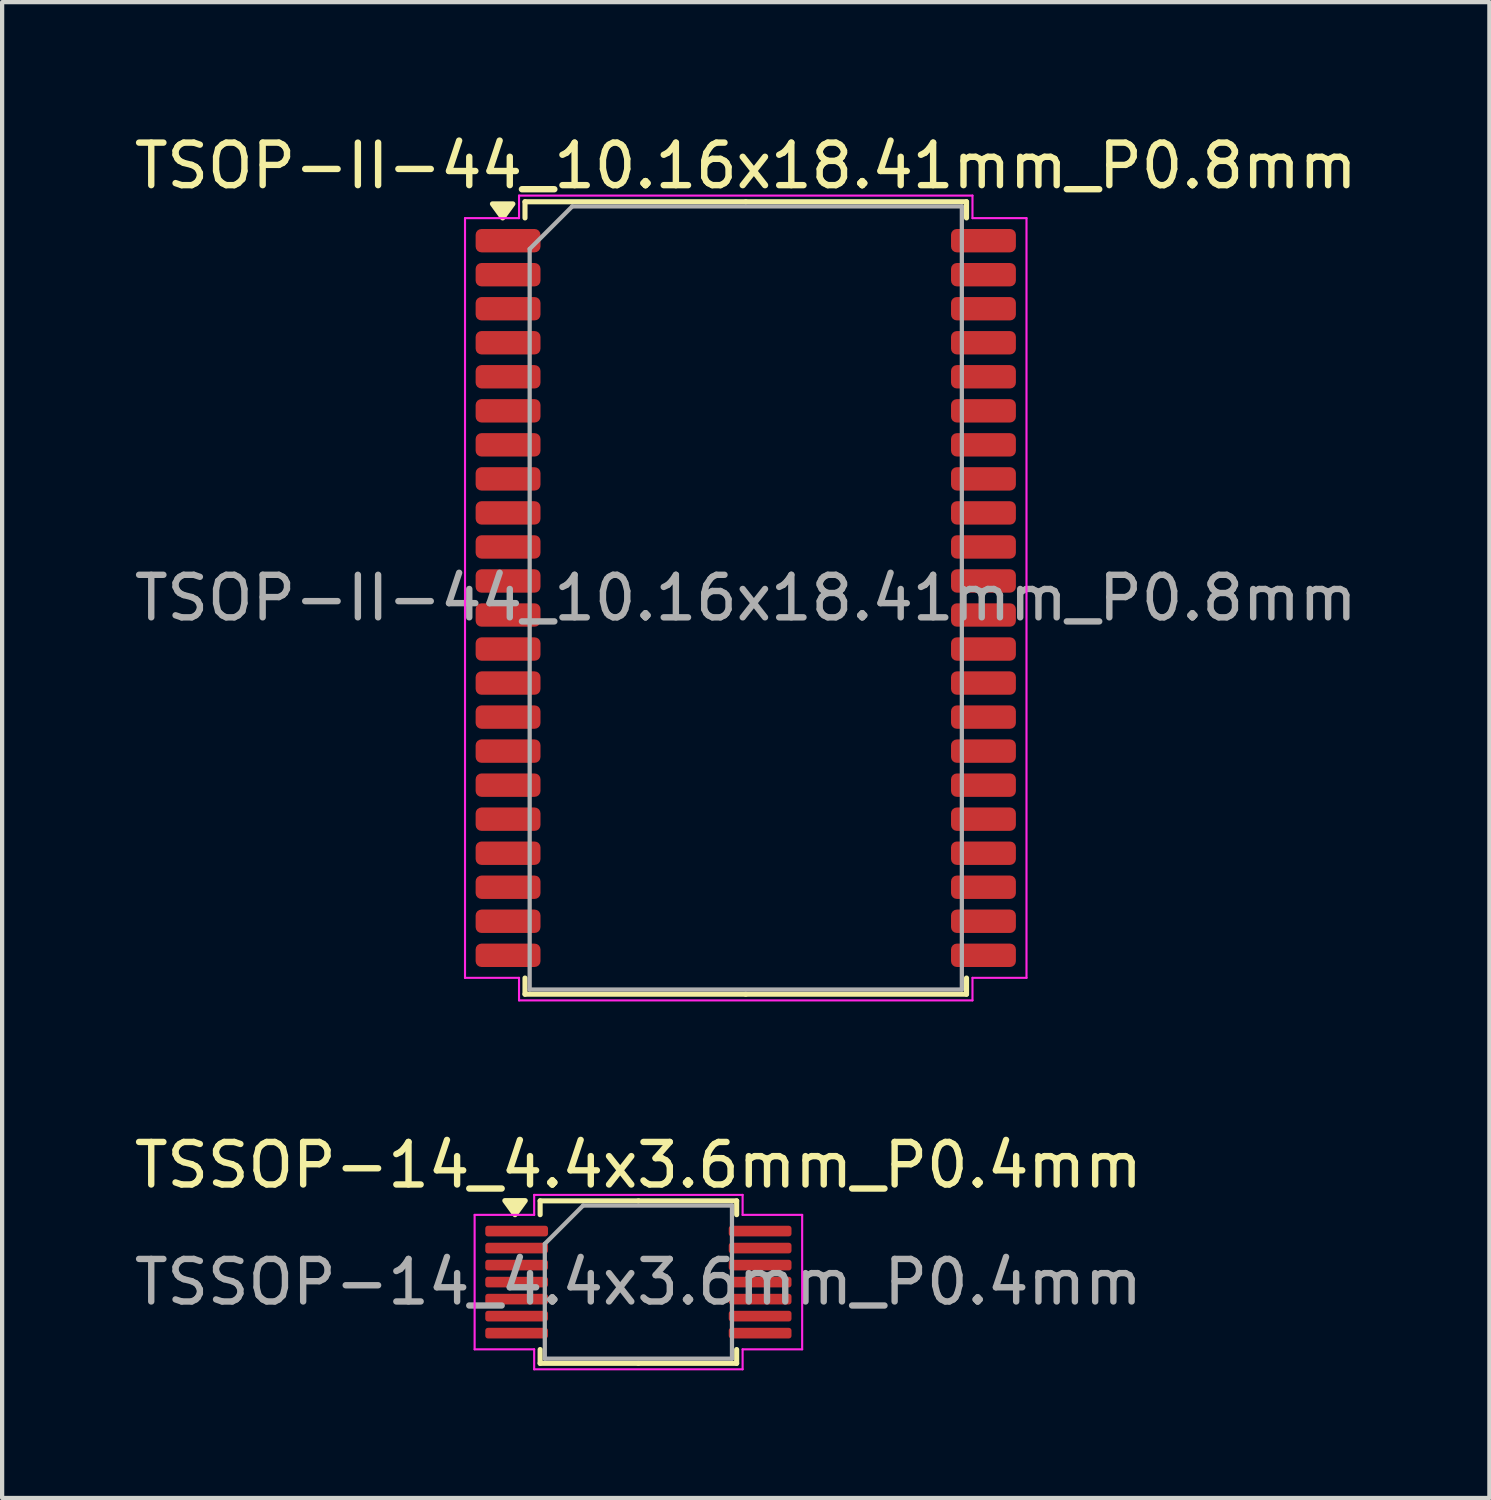
<source format=kicad_pcb>
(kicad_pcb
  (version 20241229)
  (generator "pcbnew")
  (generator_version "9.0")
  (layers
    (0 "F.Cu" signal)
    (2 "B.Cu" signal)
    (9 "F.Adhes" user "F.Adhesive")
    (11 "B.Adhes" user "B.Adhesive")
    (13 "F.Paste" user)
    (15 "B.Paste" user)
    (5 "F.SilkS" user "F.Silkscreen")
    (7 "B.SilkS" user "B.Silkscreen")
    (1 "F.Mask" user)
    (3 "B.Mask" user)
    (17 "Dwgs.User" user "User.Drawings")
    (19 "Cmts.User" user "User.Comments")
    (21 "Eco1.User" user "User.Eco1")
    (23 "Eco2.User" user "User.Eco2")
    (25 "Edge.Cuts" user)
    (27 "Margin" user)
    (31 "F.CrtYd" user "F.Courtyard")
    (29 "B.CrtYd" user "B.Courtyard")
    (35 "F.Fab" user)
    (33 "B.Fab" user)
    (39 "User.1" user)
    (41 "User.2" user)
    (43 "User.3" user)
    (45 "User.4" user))
  (footprint "TSSOP-14_4.4x3.6mm_P0.4mm"
    (layer "F.Cu")
    (at 11.958 27.091)
    (property "Reference" "TSSOP-14_4.4x3.6mm_P0.4mm" (at 0 -2.75 0) (layer "F.SilkS") (effects (font (size 1 1) (thickness 0.15))))
    (attr smd)
    (fp_line (start -2.31 -1.91) (end -2.31 -1.585) (stroke (width 0.12) (type solid)) (layer "F.SilkS"))
    (fp_line (start -2.31 1.91) (end -2.31 1.585) (stroke (width 0.12) (type solid)) (layer "F.SilkS"))
    (fp_line (start 0 -1.91) (end -2.31 -1.91) (stroke (width 0.12) (type solid)) (layer "F.SilkS"))
    (fp_line (start 0 -1.91) (end 2.31 -1.91) (stroke (width 0.12) (type solid)) (layer "F.SilkS"))
    (fp_line (start 0 1.91) (end -2.31 1.91) (stroke (width 0.12) (type solid)) (layer "F.SilkS"))
    (fp_line (start 0 1.91) (end 2.31 1.91) (stroke (width 0.12) (type solid)) (layer "F.SilkS"))
    (fp_line (start 2.31 -1.91) (end 2.31 -1.585) (stroke (width 0.12) (type solid)) (layer "F.SilkS"))
    (fp_line (start 2.31 1.91) (end 2.31 1.585) (stroke (width 0.12) (type solid)) (layer "F.SilkS"))
    (fp_poly (pts (xy -2.9 -1.585) (xy -3.14 -1.915) (xy -2.66 -1.915)) (stroke (width 0.12) (type solid)) (fill yes) (layer "F.SilkS"))
    (fp_line (start -3.85 -1.58) (end -2.45 -1.58) (stroke (width 0.05) (type solid)) (layer "F.CrtYd"))
    (fp_line (start -3.85 1.58) (end -3.85 -1.58) (stroke (width 0.05) (type solid)) (layer "F.CrtYd"))
    (fp_line (start -2.45 -2.05) (end 2.45 -2.05) (stroke (width 0.05) (type solid)) (layer "F.CrtYd"))
    (fp_line (start -2.45 -1.58) (end -2.45 -2.05) (stroke (width 0.05) (type solid)) (layer "F.CrtYd"))
    (fp_line (start -2.45 1.58) (end -3.85 1.58) (stroke (width 0.05) (type solid)) (layer "F.CrtYd"))
    (fp_line (start -2.45 2.05) (end -2.45 1.58) (stroke (width 0.05) (type solid)) (layer "F.CrtYd"))
    (fp_line (start 2.45 -2.05) (end 2.45 -1.58) (stroke (width 0.05) (type solid)) (layer "F.CrtYd"))
    (fp_line (start 2.45 -1.58) (end 3.85 -1.58) (stroke (width 0.05) (type solid)) (layer "F.CrtYd"))
    (fp_line (start 2.45 1.58) (end 2.45 2.05) (stroke (width 0.05) (type solid)) (layer "F.CrtYd"))
    (fp_line (start 2.45 2.05) (end -2.45 2.05) (stroke (width 0.05) (type solid)) (layer "F.CrtYd"))
    (fp_line (start 3.85 -1.58) (end 3.85 1.58) (stroke (width 0.05) (type solid)) (layer "F.CrtYd"))
    (fp_line (start 3.85 1.58) (end 2.45 1.58) (stroke (width 0.05) (type solid)) (layer "F.CrtYd"))
    (fp_line (start -2.2 -0.9) (end -1.3 -1.8) (stroke (width 0.1) (type solid)) (layer "F.Fab"))
    (fp_line (start -2.2 1.8) (end -2.2 -0.9) (stroke (width 0.1) (type solid)) (layer "F.Fab"))
    (fp_line (start -1.3 -1.8) (end 2.2 -1.8) (stroke (width 0.1) (type solid)) (layer "F.Fab"))
    (fp_line (start 2.2 -1.8) (end 2.2 1.8) (stroke (width 0.1) (type solid)) (layer "F.Fab"))
    (fp_line (start 2.2 1.8) (end -2.2 1.8) (stroke (width 0.1) (type solid)) (layer "F.Fab"))
    (fp_text user "${REFERENCE}" (at 0 0 0) (layer "F.Fab") (effects (font (size 1 1) (thickness 0.15))))
    (pad "1" smd roundrect (at -2.862 -1.2) (size 1.475 0.25) (layers "F.Cu" "F.Mask" "F.Paste") (roundrect_rratio 0.25))
    (pad "2" smd roundrect (at -2.862 -0.8) (size 1.475 0.25) (layers "F.Cu" "F.Mask" "F.Paste") (roundrect_rratio 0.25))
    (pad "3" smd roundrect (at -2.862 -0.4) (size 1.475 0.25) (layers "F.Cu" "F.Mask" "F.Paste") (roundrect_rratio 0.25))
    (pad "4" smd roundrect (at -2.862 0) (size 1.475 0.25) (layers "F.Cu" "F.Mask" "F.Paste") (roundrect_rratio 0.25))
    (pad "5" smd roundrect (at -2.862 0.4) (size 1.475 0.25) (layers "F.Cu" "F.Mask" "F.Paste") (roundrect_rratio 0.25))
    (pad "6" smd roundrect (at -2.862 0.8) (size 1.475 0.25) (layers "F.Cu" "F.Mask" "F.Paste") (roundrect_rratio 0.25))
    (pad "7" smd roundrect (at -2.862 1.2) (size 1.475 0.25) (layers "F.Cu" "F.Mask" "F.Paste") (roundrect_rratio 0.25))
    (pad "8" smd roundrect (at 2.862 1.2) (size 1.475 0.25) (layers "F.Cu" "F.Mask" "F.Paste") (roundrect_rratio 0.25))
    (pad "9" smd roundrect (at 2.862 0.8) (size 1.475 0.25) (layers "F.Cu" "F.Mask" "F.Paste") (roundrect_rratio 0.25))
    (pad "10" smd roundrect (at 2.862 0.4) (size 1.475 0.25) (layers "F.Cu" "F.Mask" "F.Paste") (roundrect_rratio 0.25))
    (pad "11" smd roundrect (at 2.862 0) (size 1.475 0.25) (layers "F.Cu" "F.Mask" "F.Paste") (roundrect_rratio 0.25))
    (pad "12" smd roundrect (at 2.862 -0.4) (size 1.475 0.25) (layers "F.Cu" "F.Mask" "F.Paste") (roundrect_rratio 0.25))
    (pad "13" smd roundrect (at 2.862 -0.8) (size 1.475 0.25) (layers "F.Cu" "F.Mask" "F.Paste") (roundrect_rratio 0.25))
    (pad "14" smd roundrect (at 2.862 -1.2) (size 1.475 0.25) (layers "F.Cu" "F.Mask" "F.Paste") (roundrect_rratio 0.25)))
  (footprint "TSOP-II-44_10.16x18.41mm_P0.8mm"
    (layer "F.Cu")
    (at 14.482 11.008)
    (property "Reference" "TSOP-II-44_10.16x18.41mm_P0.8mm" (at 0 -10.16 0) (layer "F.SilkS") (effects (font (size 1 1) (thickness 0.15))))
    (attr smd)
    (fp_line (start -5.19 -9.315) (end -5.19 -8.935) (stroke (width 0.12) (type solid)) (layer "F.SilkS"))
    (fp_line (start -5.19 9.315) (end -5.19 8.935) (stroke (width 0.12) (type solid)) (layer "F.SilkS"))
    (fp_line (start 0 -9.315) (end -5.19 -9.315) (stroke (width 0.12) (type solid)) (layer "F.SilkS"))
    (fp_line (start 0 -9.315) (end 5.19 -9.315) (stroke (width 0.12) (type solid)) (layer "F.SilkS"))
    (fp_line (start 0 9.315) (end -5.19 9.315) (stroke (width 0.12) (type solid)) (layer "F.SilkS"))
    (fp_line (start 0 9.315) (end 5.19 9.315) (stroke (width 0.12) (type solid)) (layer "F.SilkS"))
    (fp_line (start 5.19 -9.315) (end 5.19 -8.935) (stroke (width 0.12) (type solid)) (layer "F.SilkS"))
    (fp_line (start 5.19 9.315) (end 5.19 8.935) (stroke (width 0.12) (type solid)) (layer "F.SilkS"))
    (fp_poly (pts (xy -5.715 -8.935) (xy -5.955 -9.265) (xy -5.475 -9.265)) (stroke (width 0.12) (type solid)) (fill yes) (layer "F.SilkS"))
    (fp_line (start -6.6 -8.93) (end -5.33 -8.93) (stroke (width 0.05) (type solid)) (layer "F.CrtYd"))
    (fp_line (start -6.6 8.93) (end -6.6 -8.93) (stroke (width 0.05) (type solid)) (layer "F.CrtYd"))
    (fp_line (start -5.33 -9.46) (end 5.33 -9.46) (stroke (width 0.05) (type solid)) (layer "F.CrtYd"))
    (fp_line (start -5.33 -8.93) (end -5.33 -9.46) (stroke (width 0.05) (type solid)) (layer "F.CrtYd"))
    (fp_line (start -5.33 8.93) (end -6.6 8.93) (stroke (width 0.05) (type solid)) (layer "F.CrtYd"))
    (fp_line (start -5.33 9.46) (end -5.33 8.93) (stroke (width 0.05) (type solid)) (layer "F.CrtYd"))
    (fp_line (start 5.33 -9.46) (end 5.33 -8.93) (stroke (width 0.05) (type solid)) (layer "F.CrtYd"))
    (fp_line (start 5.33 -8.93) (end 6.6 -8.93) (stroke (width 0.05) (type solid)) (layer "F.CrtYd"))
    (fp_line (start 5.33 8.93) (end 5.33 9.46) (stroke (width 0.05) (type solid)) (layer "F.CrtYd"))
    (fp_line (start 5.33 9.46) (end -5.33 9.46) (stroke (width 0.05) (type solid)) (layer "F.CrtYd"))
    (fp_line (start 6.6 -8.93) (end 6.6 8.93) (stroke (width 0.05) (type solid)) (layer "F.CrtYd"))
    (fp_line (start 6.6 8.93) (end 5.33 8.93) (stroke (width 0.05) (type solid)) (layer "F.CrtYd"))
    (fp_line (start -5.08 -8.205) (end -4.08 -9.205) (stroke (width 0.1) (type solid)) (layer "F.Fab"))
    (fp_line (start -5.08 9.205) (end -5.08 -8.205) (stroke (width 0.1) (type solid)) (layer "F.Fab"))
    (fp_line (start -4.08 -9.205) (end 5.08 -9.205) (stroke (width 0.1) (type solid)) (layer "F.Fab"))
    (fp_line (start 5.08 -9.205) (end 5.08 9.205) (stroke (width 0.1) (type solid)) (layer "F.Fab"))
    (fp_line (start 5.08 9.205) (end -5.08 9.205) (stroke (width 0.1) (type solid)) (layer "F.Fab"))
    (fp_text user "${REFERENCE}" (at 0 0 0) (layer "F.Fab") (effects (font (size 1 1) (thickness 0.15))))
    (pad "1" smd roundrect (at -5.588 -8.4) (size 1.525 0.55) (layers "F.Cu" "F.Mask" "F.Paste") (roundrect_rratio 0.25))
    (pad "2" smd roundrect (at -5.588 -7.6) (size 1.525 0.55) (layers "F.Cu" "F.Mask" "F.Paste") (roundrect_rratio 0.25))
    (pad "3" smd roundrect (at -5.588 -6.8) (size 1.525 0.55) (layers "F.Cu" "F.Mask" "F.Paste") (roundrect_rratio 0.25))
    (pad "4" smd roundrect (at -5.588 -6) (size 1.525 0.55) (layers "F.Cu" "F.Mask" "F.Paste") (roundrect_rratio 0.25))
    (pad "5" smd roundrect (at -5.588 -5.2) (size 1.525 0.55) (layers "F.Cu" "F.Mask" "F.Paste") (roundrect_rratio 0.25))
    (pad "6" smd roundrect (at -5.588 -4.4) (size 1.525 0.55) (layers "F.Cu" "F.Mask" "F.Paste") (roundrect_rratio 0.25))
    (pad "7" smd roundrect (at -5.588 -3.6) (size 1.525 0.55) (layers "F.Cu" "F.Mask" "F.Paste") (roundrect_rratio 0.25))
    (pad "8" smd roundrect (at -5.588 -2.8) (size 1.525 0.55) (layers "F.Cu" "F.Mask" "F.Paste") (roundrect_rratio 0.25))
    (pad "9" smd roundrect (at -5.588 -2) (size 1.525 0.55) (layers "F.Cu" "F.Mask" "F.Paste") (roundrect_rratio 0.25))
    (pad "10" smd roundrect (at -5.588 -1.2) (size 1.525 0.55) (layers "F.Cu" "F.Mask" "F.Paste") (roundrect_rratio 0.25))
    (pad "11" smd roundrect (at -5.588 -0.4) (size 1.525 0.55) (layers "F.Cu" "F.Mask" "F.Paste") (roundrect_rratio 0.25))
    (pad "12" smd roundrect (at -5.588 0.4) (size 1.525 0.55) (layers "F.Cu" "F.Mask" "F.Paste") (roundrect_rratio 0.25))
    (pad "13" smd roundrect (at -5.588 1.2) (size 1.525 0.55) (layers "F.Cu" "F.Mask" "F.Paste") (roundrect_rratio 0.25))
    (pad "14" smd roundrect (at -5.588 2) (size 1.525 0.55) (layers "F.Cu" "F.Mask" "F.Paste") (roundrect_rratio 0.25))
    (pad "15" smd roundrect (at -5.588 2.8) (size 1.525 0.55) (layers "F.Cu" "F.Mask" "F.Paste") (roundrect_rratio 0.25))
    (pad "16" smd roundrect (at -5.588 3.6) (size 1.525 0.55) (layers "F.Cu" "F.Mask" "F.Paste") (roundrect_rratio 0.25))
    (pad "17" smd roundrect (at -5.588 4.4) (size 1.525 0.55) (layers "F.Cu" "F.Mask" "F.Paste") (roundrect_rratio 0.25))
    (pad "18" smd roundrect (at -5.588 5.2) (size 1.525 0.55) (layers "F.Cu" "F.Mask" "F.Paste") (roundrect_rratio 0.25))
    (pad "19" smd roundrect (at -5.588 6) (size 1.525 0.55) (layers "F.Cu" "F.Mask" "F.Paste") (roundrect_rratio 0.25))
    (pad "20" smd roundrect (at -5.588 6.8) (size 1.525 0.55) (layers "F.Cu" "F.Mask" "F.Paste") (roundrect_rratio 0.25))
    (pad "21" smd roundrect (at -5.588 7.6) (size 1.525 0.55) (layers "F.Cu" "F.Mask" "F.Paste") (roundrect_rratio 0.25))
    (pad "22" smd roundrect (at -5.588 8.4) (size 1.525 0.55) (layers "F.Cu" "F.Mask" "F.Paste") (roundrect_rratio 0.25))
    (pad "23" smd roundrect (at 5.588 8.4) (size 1.525 0.55) (layers "F.Cu" "F.Mask" "F.Paste") (roundrect_rratio 0.25))
    (pad "24" smd roundrect (at 5.588 7.6) (size 1.525 0.55) (layers "F.Cu" "F.Mask" "F.Paste") (roundrect_rratio 0.25))
    (pad "25" smd roundrect (at 5.588 6.8) (size 1.525 0.55) (layers "F.Cu" "F.Mask" "F.Paste") (roundrect_rratio 0.25))
    (pad "26" smd roundrect (at 5.588 6) (size 1.525 0.55) (layers "F.Cu" "F.Mask" "F.Paste") (roundrect_rratio 0.25))
    (pad "27" smd roundrect (at 5.588 5.2) (size 1.525 0.55) (layers "F.Cu" "F.Mask" "F.Paste") (roundrect_rratio 0.25))
    (pad "28" smd roundrect (at 5.588 4.4) (size 1.525 0.55) (layers "F.Cu" "F.Mask" "F.Paste") (roundrect_rratio 0.25))
    (pad "29" smd roundrect (at 5.588 3.6) (size 1.525 0.55) (layers "F.Cu" "F.Mask" "F.Paste") (roundrect_rratio 0.25))
    (pad "30" smd roundrect (at 5.588 2.8) (size 1.525 0.55) (layers "F.Cu" "F.Mask" "F.Paste") (roundrect_rratio 0.25))
    (pad "31" smd roundrect (at 5.588 2) (size 1.525 0.55) (layers "F.Cu" "F.Mask" "F.Paste") (roundrect_rratio 0.25))
    (pad "32" smd roundrect (at 5.588 1.2) (size 1.525 0.55) (layers "F.Cu" "F.Mask" "F.Paste") (roundrect_rratio 0.25))
    (pad "33" smd roundrect (at 5.588 0.4) (size 1.525 0.55) (layers "F.Cu" "F.Mask" "F.Paste") (roundrect_rratio 0.25))
    (pad "34" smd roundrect (at 5.588 -0.4) (size 1.525 0.55) (layers "F.Cu" "F.Mask" "F.Paste") (roundrect_rratio 0.25))
    (pad "35" smd roundrect (at 5.588 -1.2) (size 1.525 0.55) (layers "F.Cu" "F.Mask" "F.Paste") (roundrect_rratio 0.25))
    (pad "36" smd roundrect (at 5.588 -2) (size 1.525 0.55) (layers "F.Cu" "F.Mask" "F.Paste") (roundrect_rratio 0.25))
    (pad "37" smd roundrect (at 5.588 -2.8) (size 1.525 0.55) (layers "F.Cu" "F.Mask" "F.Paste") (roundrect_rratio 0.25))
    (pad "38" smd roundrect (at 5.588 -3.6) (size 1.525 0.55) (layers "F.Cu" "F.Mask" "F.Paste") (roundrect_rratio 0.25))
    (pad "39" smd roundrect (at 5.588 -4.4) (size 1.525 0.55) (layers "F.Cu" "F.Mask" "F.Paste") (roundrect_rratio 0.25))
    (pad "40" smd roundrect (at 5.588 -5.2) (size 1.525 0.55) (layers "F.Cu" "F.Mask" "F.Paste") (roundrect_rratio 0.25))
    (pad "41" smd roundrect (at 5.588 -6) (size 1.525 0.55) (layers "F.Cu" "F.Mask" "F.Paste") (roundrect_rratio 0.25))
    (pad "42" smd roundrect (at 5.588 -6.8) (size 1.525 0.55) (layers "F.Cu" "F.Mask" "F.Paste") (roundrect_rratio 0.25))
    (pad "43" smd roundrect (at 5.588 -7.6) (size 1.525 0.55) (layers "F.Cu" "F.Mask" "F.Paste") (roundrect_rratio 0.25))
    (pad "44" smd roundrect (at 5.588 -8.4) (size 1.525 0.55) (layers "F.Cu" "F.Mask" "F.Paste") (roundrect_rratio 0.25)))
  (gr_rect
    (start -3 -3)
    (end 31.964 32.166)
    (stroke (width 0.1) (type default))
    (fill no)
    (layer "Edge.Cuts")))
</source>
